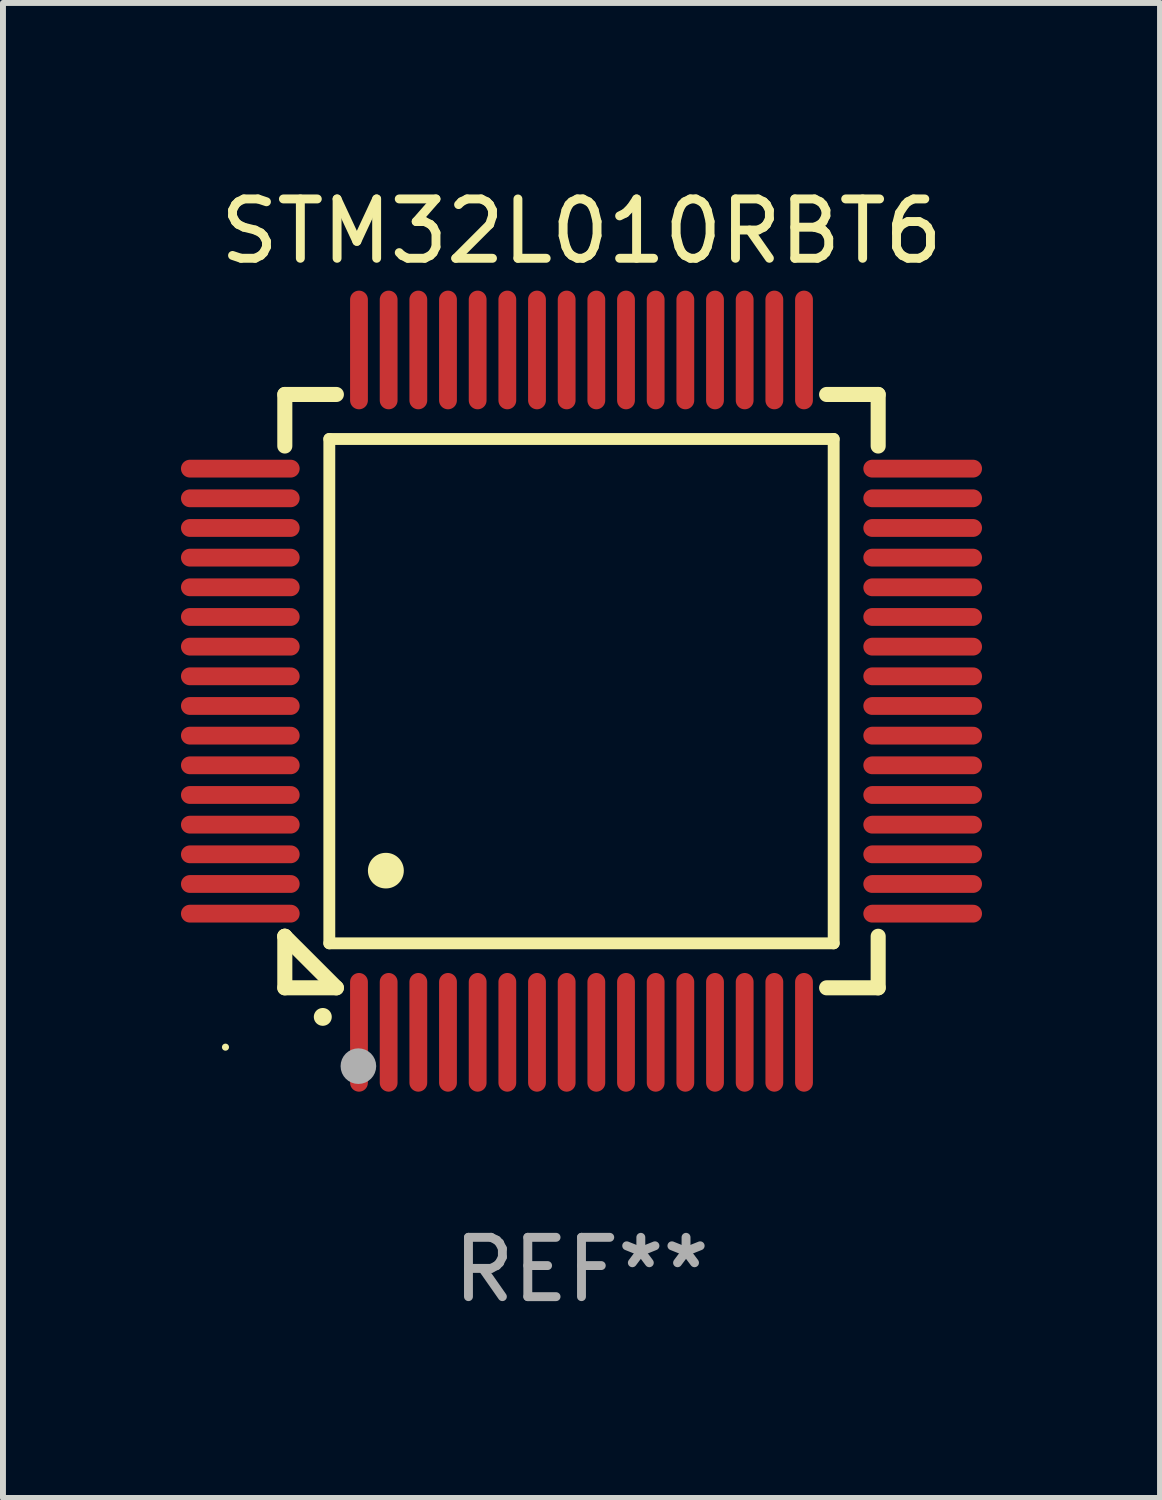
<source format=kicad_pcb>
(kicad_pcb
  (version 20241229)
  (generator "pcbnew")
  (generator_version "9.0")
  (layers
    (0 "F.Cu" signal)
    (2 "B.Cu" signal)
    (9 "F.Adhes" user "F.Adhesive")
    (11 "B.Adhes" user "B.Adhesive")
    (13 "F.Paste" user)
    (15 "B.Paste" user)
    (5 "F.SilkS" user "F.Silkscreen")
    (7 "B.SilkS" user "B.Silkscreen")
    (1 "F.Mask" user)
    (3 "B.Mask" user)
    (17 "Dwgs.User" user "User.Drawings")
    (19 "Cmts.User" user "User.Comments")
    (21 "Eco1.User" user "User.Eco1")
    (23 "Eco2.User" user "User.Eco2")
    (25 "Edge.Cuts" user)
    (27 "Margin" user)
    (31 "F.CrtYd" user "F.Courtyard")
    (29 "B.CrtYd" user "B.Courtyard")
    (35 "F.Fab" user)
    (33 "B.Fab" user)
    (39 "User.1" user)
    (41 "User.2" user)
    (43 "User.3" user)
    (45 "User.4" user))
  (footprint "STM32L010RBT6"
    (layer "F.Cu")
    (at 6.75 8.598)
    (property "Reference" "STM32L010RBT6" (at 0 -7.75 0) (layer "F.SilkS") (effects (font (size 1 1) (thickness 0.15))))
    (attr through_hole)
    (fp_line (start -5 -5) (end -4.131 -5) (stroke (width 0.254) (type solid)) (layer "F.SilkS"))
    (fp_line (start -5 -4.131) (end -5 -5) (stroke (width 0.254) (type solid)) (layer "F.SilkS"))
    (fp_line (start -5 4.131) (end -5 4.131) (stroke (width 0.254) (type solid)) (layer "F.SilkS"))
    (fp_line (start -5 5) (end -5 4.131) (stroke (width 0.254) (type solid)) (layer "F.SilkS"))
    (fp_line (start -5 4.131) (end -4.131 5) (stroke (width 0.254) (type solid)) (layer "F.SilkS"))
    (fp_line (start -4.25 -4.25) (end -4.25 4.25) (stroke (width 0.2) (type solid)) (layer "F.SilkS"))
    (fp_line (start -4.25 4.25) (end 4.25 4.25) (stroke (width 0.2) (type solid)) (layer "F.SilkS"))
    (fp_line (start -4.131 5) (end -5 5) (stroke (width 0.254) (type solid)) (layer "F.SilkS"))
    (fp_line (start 4.25 -4.25) (end -4.25 -4.25) (stroke (width 0.2) (type solid)) (layer "F.SilkS"))
    (fp_line (start 4.25 4.25) (end 4.25 -4.25) (stroke (width 0.2) (type solid)) (layer "F.SilkS"))
    (fp_line (start 5 -5) (end 4.131 -5) (stroke (width 0.254) (type solid)) (layer "F.SilkS"))
    (fp_line (start 5 -5) (end 5 -4.131) (stroke (width 0.254) (type solid)) (layer "F.SilkS"))
    (fp_line (start 5 4.131) (end 5 5) (stroke (width 0.254) (type solid)) (layer "F.SilkS"))
    (fp_line (start 5 5) (end 4.131 5) (stroke (width 0.254) (type solid)) (layer "F.SilkS"))
    (fp_arc (start -4.361265 5.489992) (mid -4.359995 5.489987) (end -4.358725 5.489992) (stroke (width 0.3) (type solid)) (layer "F.SilkS"))
    (fp_arc (start -3.299467 3.025146) (mid -3.296927 3.025135) (end -3.294387 3.025146) (stroke (width 0.6) (type solid)) (layer "F.SilkS"))
    (fp_circle (center -6 6) (end -5.97 6) (stroke (width 0.06) (type solid)) (fill no) (layer "F.SilkS"))
    (fp_circle (center -3.76 6.32) (end -3.61 6.32) (stroke (width 0.3) (type solid)) (fill no) (layer "F.Fab"))
    (fp_text user "REF**" (at 0 9.75 0) (layer "F.Fab") (effects (font (size 1 1) (thickness 0.15))))
    (pad "1" smd oval (at -3.75 5.75) (size 0.3 2) (layers "F.Cu" "F.Mask" "F.Paste"))
    (pad "2" smd oval (at -3.25 5.75) (size 0.3 2) (layers "F.Cu" "F.Mask" "F.Paste"))
    (pad "3" smd oval (at -2.75 5.75) (size 0.3 2) (layers "F.Cu" "F.Mask" "F.Paste"))
    (pad "4" smd oval (at -2.25 5.75) (size 0.3 2) (layers "F.Cu" "F.Mask" "F.Paste"))
    (pad "5" smd oval (at -1.75 5.75) (size 0.3 2) (layers "F.Cu" "F.Mask" "F.Paste"))
    (pad "6" smd oval (at -1.25 5.75) (size 0.3 2) (layers "F.Cu" "F.Mask" "F.Paste"))
    (pad "7" smd oval (at -0.75 5.75) (size 0.3 2) (layers "F.Cu" "F.Mask" "F.Paste"))
    (pad "8" smd oval (at -0.25 5.75) (size 0.3 2) (layers "F.Cu" "F.Mask" "F.Paste"))
    (pad "9" smd oval (at 0.25 5.75) (size 0.3 2) (layers "F.Cu" "F.Mask" "F.Paste"))
    (pad "10" smd oval (at 0.75 5.75) (size 0.3 2) (layers "F.Cu" "F.Mask" "F.Paste"))
    (pad "11" smd oval (at 1.25 5.75) (size 0.3 2) (layers "F.Cu" "F.Mask" "F.Paste"))
    (pad "12" smd oval (at 1.75 5.75) (size 0.3 2) (layers "F.Cu" "F.Mask" "F.Paste"))
    (pad "13" smd oval (at 2.25 5.75) (size 0.3 2) (layers "F.Cu" "F.Mask" "F.Paste"))
    (pad "14" smd oval (at 2.75 5.75) (size 0.3 2) (layers "F.Cu" "F.Mask" "F.Paste"))
    (pad "15" smd oval (at 3.25 5.75) (size 0.3 2) (layers "F.Cu" "F.Mask" "F.Paste"))
    (pad "16" smd oval (at 3.75 5.75) (size 0.3 2) (layers "F.Cu" "F.Mask" "F.Paste"))
    (pad "17" smd oval (at 5.75 3.75) (size 2 0.3) (layers "F.Cu" "F.Mask" "F.Paste"))
    (pad "18" smd oval (at 5.75 3.25) (size 2 0.3) (layers "F.Cu" "F.Mask" "F.Paste"))
    (pad "19" smd oval (at 5.75 2.75) (size 2 0.3) (layers "F.Cu" "F.Mask" "F.Paste"))
    (pad "20" smd oval (at 5.75 2.25) (size 2 0.3) (layers "F.Cu" "F.Mask" "F.Paste"))
    (pad "21" smd oval (at 5.75 1.75) (size 2 0.3) (layers "F.Cu" "F.Mask" "F.Paste"))
    (pad "22" smd oval (at 5.75 1.25) (size 2 0.3) (layers "F.Cu" "F.Mask" "F.Paste"))
    (pad "23" smd oval (at 5.75 0.75) (size 2 0.3) (layers "F.Cu" "F.Mask" "F.Paste"))
    (pad "24" smd oval (at 5.75 0.25) (size 2 0.3) (layers "F.Cu" "F.Mask" "F.Paste"))
    (pad "25" smd oval (at 5.75 -0.25) (size 2 0.3) (layers "F.Cu" "F.Mask" "F.Paste"))
    (pad "26" smd oval (at 5.75 -0.75) (size 2 0.3) (layers "F.Cu" "F.Mask" "F.Paste"))
    (pad "27" smd oval (at 5.75 -1.25) (size 2 0.3) (layers "F.Cu" "F.Mask" "F.Paste"))
    (pad "28" smd oval (at 5.75 -1.75) (size 2 0.3) (layers "F.Cu" "F.Mask" "F.Paste"))
    (pad "29" smd oval (at 5.75 -2.25) (size 2 0.3) (layers "F.Cu" "F.Mask" "F.Paste"))
    (pad "30" smd oval (at 5.75 -2.75) (size 2 0.3) (layers "F.Cu" "F.Mask" "F.Paste"))
    (pad "31" smd oval (at 5.75 -3.25) (size 2 0.3) (layers "F.Cu" "F.Mask" "F.Paste"))
    (pad "32" smd oval (at 5.75 -3.75) (size 2 0.3) (layers "F.Cu" "F.Mask" "F.Paste"))
    (pad "33" smd oval (at 3.75 -5.75) (size 0.3 2) (layers "F.Cu" "F.Mask" "F.Paste"))
    (pad "34" smd oval (at 3.25 -5.75) (size 0.3 2) (layers "F.Cu" "F.Mask" "F.Paste"))
    (pad "35" smd oval (at 2.75 -5.75) (size 0.3 2) (layers "F.Cu" "F.Mask" "F.Paste"))
    (pad "36" smd oval (at 2.25 -5.75) (size 0.3 2) (layers "F.Cu" "F.Mask" "F.Paste"))
    (pad "37" smd oval (at 1.75 -5.75) (size 0.3 2) (layers "F.Cu" "F.Mask" "F.Paste"))
    (pad "38" smd oval (at 1.25 -5.75) (size 0.3 2) (layers "F.Cu" "F.Mask" "F.Paste"))
    (pad "39" smd oval (at 0.75 -5.75) (size 0.3 2) (layers "F.Cu" "F.Mask" "F.Paste"))
    (pad "40" smd oval (at 0.25 -5.75) (size 0.3 2) (layers "F.Cu" "F.Mask" "F.Paste"))
    (pad "41" smd oval (at -0.25 -5.75) (size 0.3 2) (layers "F.Cu" "F.Mask" "F.Paste"))
    (pad "42" smd oval (at -0.75 -5.75) (size 0.3 2) (layers "F.Cu" "F.Mask" "F.Paste"))
    (pad "43" smd oval (at -1.25 -5.75) (size 0.3 2) (layers "F.Cu" "F.Mask" "F.Paste"))
    (pad "44" smd oval (at -1.75 -5.75) (size 0.3 2) (layers "F.Cu" "F.Mask" "F.Paste"))
    (pad "45" smd oval (at -2.25 -5.75) (size 0.3 2) (layers "F.Cu" "F.Mask" "F.Paste"))
    (pad "46" smd oval (at -2.75 -5.75) (size 0.3 2) (layers "F.Cu" "F.Mask" "F.Paste"))
    (pad "47" smd oval (at -3.25 -5.75) (size 0.3 2) (layers "F.Cu" "F.Mask" "F.Paste"))
    (pad "48" smd oval (at -3.75 -5.75) (size 0.3 2) (layers "F.Cu" "F.Mask" "F.Paste"))
    (pad "49" smd oval (at -5.75 -3.75) (size 2 0.3) (layers "F.Cu" "F.Mask" "F.Paste"))
    (pad "50" smd oval (at -5.75 -3.25) (size 2 0.3) (layers "F.Cu" "F.Mask" "F.Paste"))
    (pad "51" smd oval (at -5.75 -2.75) (size 2 0.3) (layers "F.Cu" "F.Mask" "F.Paste"))
    (pad "52" smd oval (at -5.75 -2.25) (size 2 0.3) (layers "F.Cu" "F.Mask" "F.Paste"))
    (pad "53" smd oval (at -5.75 -1.75) (size 2 0.3) (layers "F.Cu" "F.Mask" "F.Paste"))
    (pad "54" smd oval (at -5.75 -1.25) (size 2 0.3) (layers "F.Cu" "F.Mask" "F.Paste"))
    (pad "55" smd oval (at -5.75 -0.75) (size 2 0.3) (layers "F.Cu" "F.Mask" "F.Paste"))
    (pad "56" smd oval (at -5.75 -0.25) (size 2 0.3) (layers "F.Cu" "F.Mask" "F.Paste"))
    (pad "57" smd oval (at -5.75 0.25) (size 2 0.3) (layers "F.Cu" "F.Mask" "F.Paste"))
    (pad "58" smd oval (at -5.75 0.75) (size 2 0.3) (layers "F.Cu" "F.Mask" "F.Paste"))
    (pad "59" smd oval (at -5.75 1.25) (size 2 0.3) (layers "F.Cu" "F.Mask" "F.Paste"))
    (pad "60" smd oval (at -5.75 1.75) (size 2 0.3) (layers "F.Cu" "F.Mask" "F.Paste"))
    (pad "61" smd oval (at -5.75 2.25) (size 2 0.3) (layers "F.Cu" "F.Mask" "F.Paste"))
    (pad "62" smd oval (at -5.75 2.75) (size 2 0.3) (layers "F.Cu" "F.Mask" "F.Paste"))
    (pad "63" smd oval (at -5.75 3.25) (size 2 0.3) (layers "F.Cu" "F.Mask" "F.Paste"))
    (pad "64" smd oval (at -5.75 3.75) (size 2 0.3) (layers "F.Cu" "F.Mask" "F.Paste")))
  (gr_rect
    (start -3 -3)
    (end 16.5 22.196)
    (stroke (width 0.1) (type default))
    (fill no)
    (layer "Edge.Cuts")))
</source>
